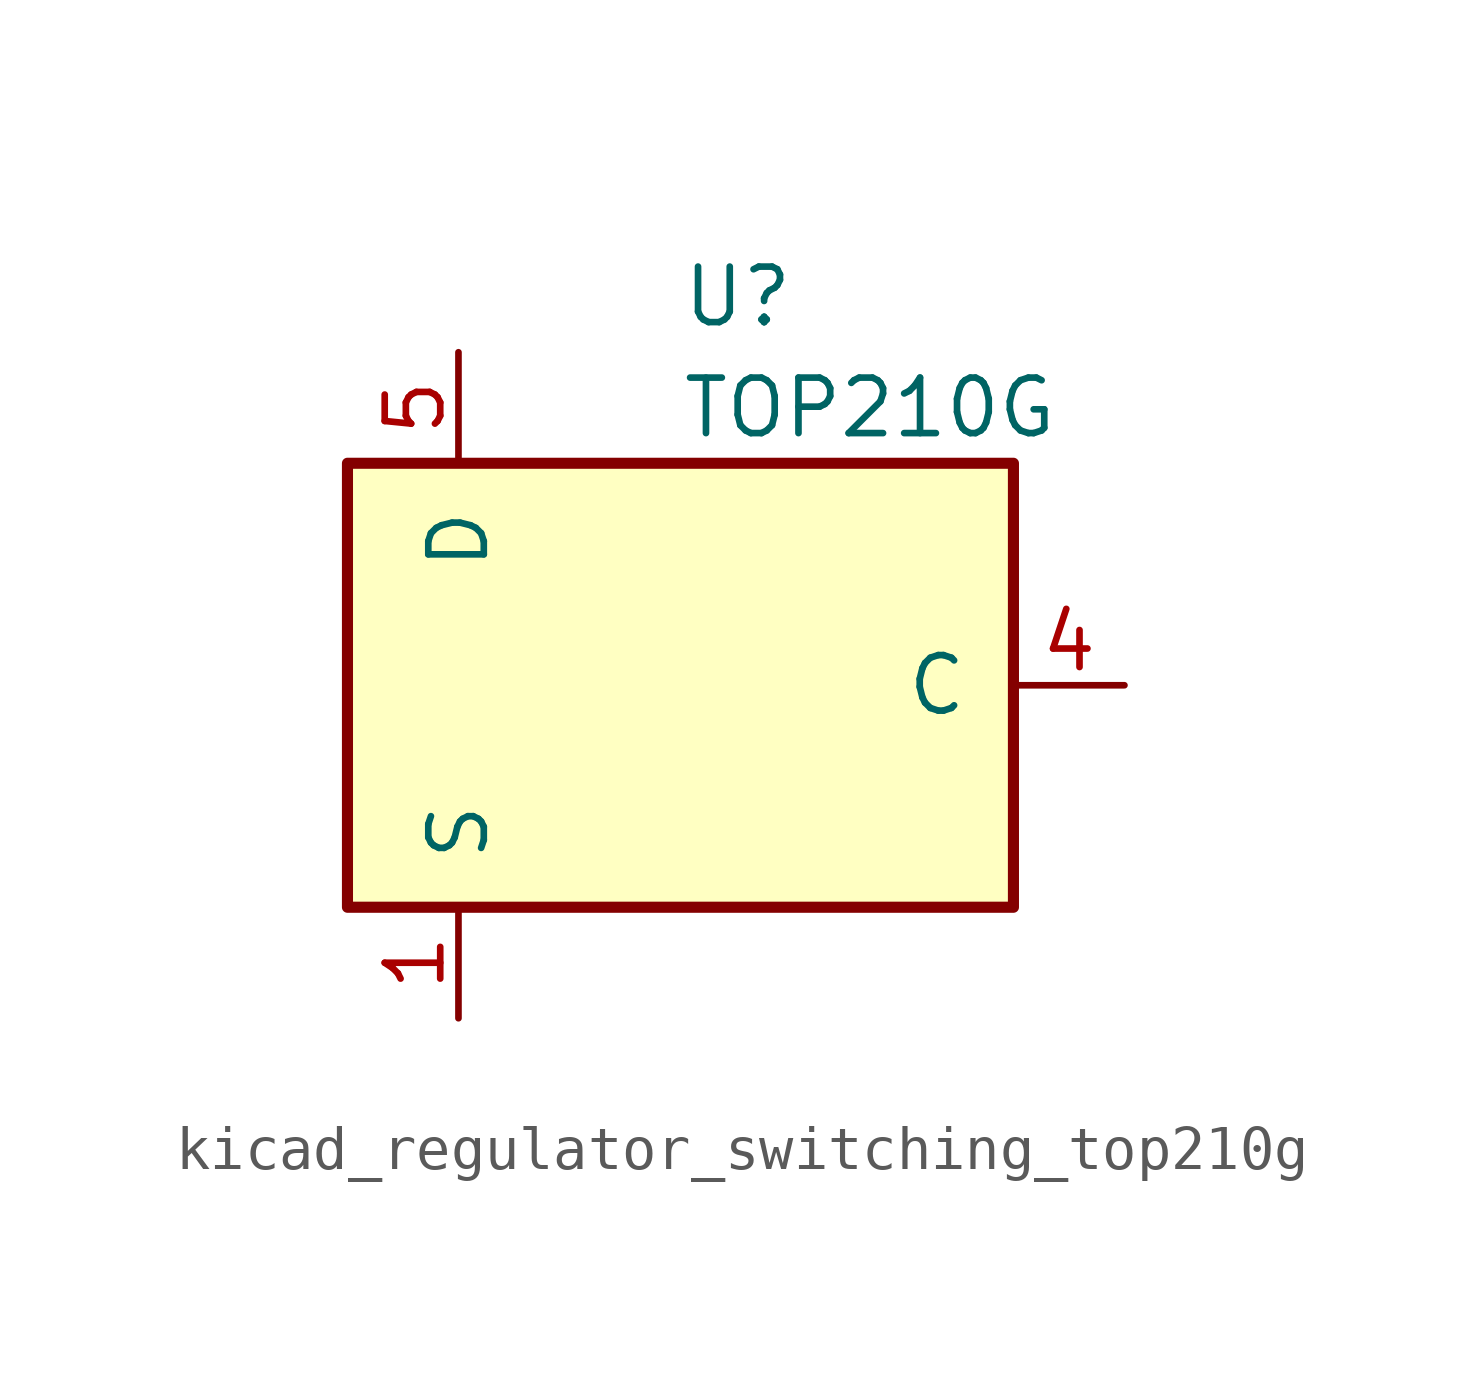
<source format=kicad_sym>
(kicad_symbol_lib
  (version 20220914)
  (generator kicad_symbol_editor)
  (symbol "kicad_regulator_switching_top210g"
    (pin_names
      (offset 1.016))
    (property "Reference" "U"
      (at 0 8.89 0)
      (effects (font (size 1.27 1.27)) (justify left)))
    (property "Value" "TOP210G"
      (at 0 6.35 0)
      (effects (font (size 1.27 1.27)) (justify left)))
    (symbol "kicad_regulator_switching_top210g_0_1"
      (rectangle (start -7.62 5.08) (end 7.62 -5.08) (stroke (width 0.254) (type default)) (fill (type background))))
    (symbol "kicad_regulator_switching_top210g_1_1"
      (pin power_in line (at -5.08 -7.62 90) (length 2.54) (name "S" (effects (font (size 1.27 1.27)))) (number "1" (effects (font (size 1.27 1.27)))))
      (pin no_connect line (at -2.54 -5.08 90) (length 2.54) hide (name "NC" (effects (font (size 1.27 1.27)))) (number "2" (effects (font (size 1.27 1.27)))))
      (pin no_connect line (at 0 -5.08 90) (length 2.54) hide (name "NC" (effects (font (size 1.27 1.27)))) (number "3" (effects (font (size 1.27 1.27)))))
      (pin input line (at 10.16 0 180) (length 2.54) (name "C" (effects (font (size 1.27 1.27)))) (number "4" (effects (font (size 1.27 1.27)))))
      (pin open_collector line (at -5.08 7.62 270) (length 2.54) (name "D" (effects (font (size 1.27 1.27)))) (number "5" (effects (font (size 1.27 1.27)))))
      (pin no_connect line (at 2.54 -5.08 90) (length 2.54) hide (name "NC" (effects (font (size 1.27 1.27)))) (number "6" (effects (font (size 1.27 1.27)))))
      (pin no_connect line (at 5.08 -5.08 90) (length 2.54) hide (name "NC" (effects (font (size 1.27 1.27)))) (number "7" (effects (font (size 1.27 1.27)))))
      (pin passive line (at -5.08 -7.62 90) (length 2.54) hide (name "S" (effects (font (size 1.27 1.27)))) (number "8" (effects (font (size 1.27 1.27))))))))
</source>
